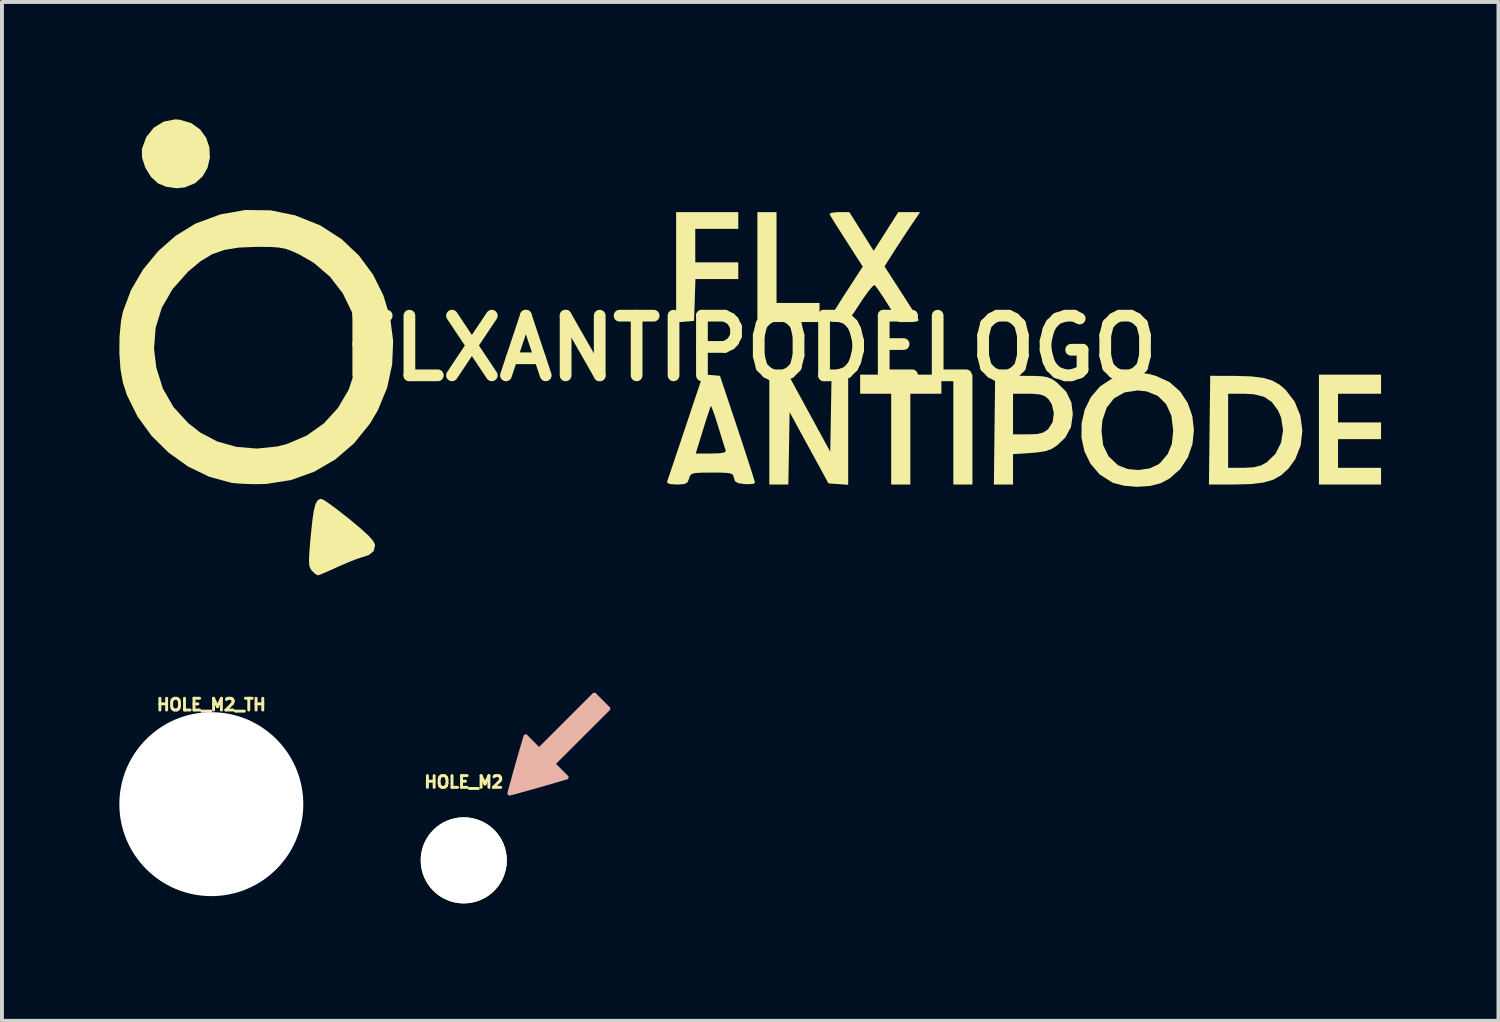
<source format=kicad_pcb>
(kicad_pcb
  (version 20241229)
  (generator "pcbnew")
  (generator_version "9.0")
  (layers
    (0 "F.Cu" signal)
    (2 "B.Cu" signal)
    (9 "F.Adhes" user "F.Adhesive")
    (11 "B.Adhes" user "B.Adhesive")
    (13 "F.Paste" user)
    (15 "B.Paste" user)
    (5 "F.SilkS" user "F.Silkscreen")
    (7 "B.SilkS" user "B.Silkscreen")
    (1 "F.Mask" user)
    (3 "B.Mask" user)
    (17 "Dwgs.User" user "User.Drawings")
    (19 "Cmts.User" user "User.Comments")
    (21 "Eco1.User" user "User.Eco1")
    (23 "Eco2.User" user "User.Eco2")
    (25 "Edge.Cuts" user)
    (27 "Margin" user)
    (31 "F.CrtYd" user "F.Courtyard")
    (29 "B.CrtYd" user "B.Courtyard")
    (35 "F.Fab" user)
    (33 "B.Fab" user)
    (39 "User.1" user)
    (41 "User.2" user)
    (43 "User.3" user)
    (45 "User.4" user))
  (footprint "HOLE_M2_TH"
    (layer "F.Cu")
    (at 2.35 17.498)
    (property "Reference" "HOLE_M2_TH" (at 0 -2.54 0) (layer "F.SilkS") (effects (font (size 0.3 0.3) (thickness 0.075))))
    (attr through_hole)
    (pad "" np_thru_hole circle (at 0 0 90) (size 4.7 4.7) (drill 4.7) (layers "*.Cu" "*.Mask")))
  (footprint "HOLE_M2"
    (layer "F.Cu")
    (at 8.8 18.934)
    (property "Reference" "HOLE_M2" (at 0 -2 0) (layer "F.SilkS") (effects (font (size 0.3 0.3) (thickness 0.075))))
    (attr through_hole)
    (fp_poly (pts (xy 1.143 -1.663) (xy 1.166 -1.655) (xy 1.177 -1.656) (xy 1.202 -1.662) (xy 1.238 -1.671) (xy 1.286 -1.684) (xy 1.343 -1.699) (xy 1.409 -1.717) (xy 1.482 -1.737) (xy 1.561 -1.759) (xy 1.645 -1.782) (xy 1.733 -1.807) (xy 1.823 -1.832) (xy 1.914 -1.858) (xy 2.005 -1.884) (xy 2.095 -1.91) (xy 2.183 -1.935) (xy 2.267 -1.959) (xy 2.346 -1.982) (xy 2.419 -2.004) (xy 2.485 -2.023) (xy 2.542 -2.04) (xy 2.59 -2.055) (xy 2.627 -2.066) (xy 2.651 -2.074) (xy 2.663 -2.079) (xy 2.663 -2.079) (xy 2.673 -2.097) (xy 2.677 -2.119) (xy 2.677 -2.12) (xy 2.677 -2.146) (xy 2.358 -2.466) (xy 3.742 -3.85) (xy 3.742 -3.903) (xy 3.363 -4.282) (xy 3.309 -4.282) (xy 1.925 -2.898) (xy 1.606 -3.218) (xy 1.579 -3.218) (xy 1.557 -3.214) (xy 1.539 -3.204) (xy 1.539 -3.203) (xy 1.535 -3.194) (xy 1.527 -3.172) (xy 1.516 -3.137) (xy 1.502 -3.09) (xy 1.485 -3.034) (xy 1.466 -2.97) (xy 1.445 -2.898) (xy 1.422 -2.819) (xy 1.398 -2.736) (xy 1.373 -2.649) (xy 1.347 -2.559) (xy 1.321 -2.468) (xy 1.295 -2.376) (xy 1.27 -2.286) (xy 1.245 -2.198) (xy 1.222 -2.113) (xy 1.2 -2.033) (xy 1.179 -1.96) (xy 1.161 -1.893) (xy 1.145 -1.834) (xy 1.133 -1.785) (xy 1.123 -1.747) (xy 1.117 -1.721) (xy 1.114 -1.708) (xy 1.114 -1.707) (xy 1.123 -1.682)) (stroke (width 0) (type solid)) (fill yes) (layer "B.SilkS"))
    (pad "" np_thru_hole circle (at 0 0) (size 2.2 2.2) (drill 2.2) (layers "*.Cu" "*.Mask" "F.SilkS")))
  (footprint "FLXANTIPODELOGO"
    (layer "F.Cu")
    (at 16.12 5.851)
    (property "Reference" "FLXANTIPODELOGO" (at 0 0 0) (layer "F.SilkS") (effects (font (size 1.524 1.524) (thickness 0.3))))
    (attr board_only exclude_from_pos_files exclude_from_bom)
    (fp_poly (pts (xy 5.678 3.48) (xy 5.19 3.48) (xy 5.19 0.672) (xy 5.678 0.672)) (stroke (width 0) (type solid)) (fill yes) (layer "F.SilkS"))
    (fp_poly (pts (xy 0.672 -1.16) (xy 1.771 -1.16) (xy 1.771 -0.672) (xy 0.183 -0.672) (xy 0.183 -3.48) (xy 0.672 -3.48)) (stroke (width 0) (type solid)) (fill yes) (layer "F.SilkS"))
    (fp_poly (pts (xy 4.885 1.16) (xy 4.091 1.16) (xy 4.091 3.48) (xy 3.602 3.48) (xy 3.602 1.16) (xy 2.809 1.16) (xy 2.809 0.672) (xy 4.885 0.672)) (stroke (width 0) (type solid)) (fill yes) (layer "F.SilkS"))
    (fp_poly (pts (xy -0.305 -3.053) (xy -1.404 -3.053) (xy -1.404 -2.198) (xy -0.305 -2.198) (xy -0.305 -1.771) (xy -1.4 -1.771) (xy -1.417 -1.236) (xy -1.435 -0.702) (xy -1.664 -0.683) (xy -1.893 -0.664) (xy -1.893 -3.48) (xy -0.305 -3.48)) (stroke (width 0) (type solid)) (fill yes) (layer "F.SilkS"))
    (fp_poly (pts (xy 16.119 1.16) (xy 15.02 1.16) (xy 15.02 1.893) (xy 16.119 1.893) (xy 16.119 2.32) (xy 15.02 2.32) (xy 15.02 3.053) (xy 16.119 3.053) (xy 16.119 3.48) (xy 14.532 3.48) (xy 14.532 0.672) (xy 16.119 0.672)) (stroke (width 0) (type solid)) (fill yes) (layer "F.SilkS"))
    (fp_poly (pts (xy 0.738 0.683) (xy 0.988 0.702) (xy 2.045 2.642) (xy 2.062 1.657) (xy 2.079 0.672) (xy 2.503 0.672) (xy 2.503 3.487) (xy 2.251 3.469) (xy 1.999 3.45) (xy 1.503 2.541) (xy 1.007 1.632) (xy 0.991 2.556) (xy 0.974 3.48) (xy 0.488 3.48) (xy 0.488 0.665)) (stroke (width 0) (type solid)) (fill yes) (layer "F.SilkS"))
    (fp_poly (pts (xy -14.582 -5.843) (xy -14.282 -5.755) (xy -14.056 -5.593) (xy -13.901 -5.378) (xy -13.819 -5.13) (xy -13.807 -4.87) (xy -13.865 -4.618) (xy -13.992 -4.394) (xy -14.186 -4.219) (xy -14.447 -4.113) (xy -14.661 -4.091) (xy -14.929 -4.13) (xy -15.131 -4.215) (xy -15.314 -4.383) (xy -15.458 -4.617) (xy -15.541 -4.874) (xy -15.545 -5.089) (xy -15.434 -5.396) (xy -15.242 -5.637) (xy -14.989 -5.793) (xy -14.697 -5.851)) (stroke (width 0) (type solid)) (fill yes) (layer "F.SilkS"))
    (fp_poly (pts (xy -10.883 3.883) (xy -10.735 3.984) (xy -10.533 4.134) (xy -10.296 4.32) (xy -10.232 4.371) (xy -9.948 4.608) (xy -9.753 4.786) (xy -9.637 4.917) (xy -9.589 5.011) (xy -9.586 5.035) (xy -9.622 5.182) (xy -9.744 5.28) (xy -9.921 5.339) (xy -10.063 5.385) (xy -10.275 5.469) (xy -10.513 5.572) (xy -10.555 5.592) (xy -10.77 5.688) (xy -10.941 5.762) (xy -11.04 5.798) (xy -11.051 5.8) (xy -11.12 5.76) (xy -11.198 5.685) (xy -11.24 5.628) (xy -11.266 5.553) (xy -11.275 5.439) (xy -11.269 5.263) (xy -11.249 5.003) (xy -11.229 4.784) (xy -11.191 4.419) (xy -11.154 4.16) (xy -11.112 3.99) (xy -11.062 3.892) (xy -10.998 3.851) (xy -10.958 3.847)) (stroke (width 0) (type solid)) (fill yes) (layer "F.SilkS"))
    (fp_poly (pts (xy 12.395 0.704) (xy 12.793 0.716) (xy 13.097 0.752) (xy 13.332 0.82) (xy 13.525 0.927) (xy 13.676 1.055) (xy 13.913 1.364) (xy 14.058 1.722) (xy 14.109 2.105) (xy 14.065 2.485) (xy 13.925 2.838) (xy 13.75 3.076) (xy 13.567 3.242) (xy 13.363 3.358) (xy 13.113 3.43) (xy 12.791 3.468) (xy 12.409 3.479) (xy 11.721 3.48) (xy 11.726 3.053) (xy 12.212 3.053) (xy 12.599 3.053) (xy 12.859 3.04) (xy 13.046 2.994) (xy 13.195 2.914) (xy 13.422 2.693) (xy 13.565 2.409) (xy 13.615 2.092) (xy 13.566 1.771) (xy 13.488 1.59) (xy 13.331 1.375) (xy 13.135 1.24) (xy 12.872 1.174) (xy 12.614 1.16) (xy 12.212 1.16) (xy 12.212 3.053) (xy 11.726 3.053) (xy 11.737 2.091) (xy 11.754 0.702)) (stroke (width 0) (type solid)) (fill yes) (layer "F.SilkS"))
    (fp_poly (pts (xy 7.234 0.704) (xy 7.439 0.712) (xy 7.581 0.734) (xy 7.686 0.772) (xy 7.784 0.835) (xy 7.836 0.873) (xy 8.076 1.111) (xy 8.207 1.385) (xy 8.243 1.679) (xy 8.197 2.01) (xy 8.051 2.281) (xy 7.843 2.479) (xy 7.699 2.572) (xy 7.54 2.629) (xy 7.324 2.661) (xy 7.172 2.673) (xy 6.716 2.703) (xy 6.716 3.48) (xy 6.226 3.48) (xy 6.241 2.198) (xy 6.716 2.198) (xy 7.094 2.198) (xy 7.328 2.189) (xy 7.482 2.153) (xy 7.595 2.081) (xy 7.613 2.065) (xy 7.727 1.883) (xy 7.758 1.656) (xy 7.707 1.432) (xy 7.622 1.301) (xy 7.525 1.221) (xy 7.404 1.178) (xy 7.219 1.161) (xy 7.103 1.16) (xy 6.716 1.16) (xy 6.716 2.198) (xy 6.241 2.198) (xy 6.242 2.091) (xy 6.258 0.702) (xy 6.935 0.702)) (stroke (width 0) (type solid)) (fill yes) (layer "F.SilkS"))
    (fp_poly (pts (xy 4.103 -3.129) (xy 3.937 -2.88) (xy 3.758 -2.606) (xy 3.649 -2.436) (xy 3.432 -2.094) (xy 3.841 -1.459) (xy 4.002 -1.209) (xy 4.141 -0.991) (xy 4.244 -0.831) (xy 4.295 -0.749) (xy 4.296 -0.748) (xy 4.293 -0.699) (xy 4.195 -0.676) (xy 4.07 -0.672) (xy 3.798 -0.672) (xy 3.514 -1.128) (xy 3.38 -1.337) (xy 3.267 -1.503) (xy 3.193 -1.602) (xy 3.177 -1.617) (xy 3.125 -1.583) (xy 3.025 -1.465) (xy 2.895 -1.285) (xy 2.812 -1.16) (xy 2.665 -0.933) (xy 2.56 -0.791) (xy 2.476 -0.712) (xy 2.39 -0.679) (xy 2.281 -0.672) (xy 2.25 -0.672) (xy 2.091 -0.682) (xy 2.031 -0.717) (xy 2.036 -0.76) (xy 2.081 -0.844) (xy 2.179 -1.007) (xy 2.315 -1.224) (xy 2.472 -1.469) (xy 2.875 -2.089) (xy 2.46 -2.735) (xy 2.301 -2.985) (xy 2.166 -3.198) (xy 2.07 -3.353) (xy 2.026 -3.429) (xy 2.025 -3.431) (xy 2.066 -3.461) (xy 2.195 -3.478) (xy 2.269 -3.48) (xy 2.534 -3.48) (xy 3.155 -2.492) (xy 3.783 -3.48) (xy 4.34 -3.48)) (stroke (width 0) (type solid)) (fill yes) (layer "F.SilkS"))
    (fp_poly (pts (xy 10.196 0.657) (xy 10.372 0.706) (xy 10.716 0.864) (xy 10.985 1.101) (xy 11.179 1.396) (xy 11.297 1.731) (xy 11.338 2.087) (xy 11.301 2.443) (xy 11.185 2.781) (xy 10.991 3.082) (xy 10.716 3.326) (xy 10.489 3.447) (xy 10.215 3.517) (xy 9.884 3.538) (xy 9.551 3.511) (xy 9.272 3.437) (xy 9.25 3.427) (xy 8.93 3.223) (xy 8.694 2.949) (xy 8.538 2.627) (xy 8.463 2.276) (xy 8.465 2.119) (xy 8.976 2.119) (xy 9.02 2.477) (xy 9.155 2.758) (xy 9.387 2.976) (xy 9.418 2.996) (xy 9.653 3.086) (xy 9.931 3.108) (xy 10.206 3.067) (xy 10.431 2.964) (xy 10.476 2.927) (xy 10.668 2.701) (xy 10.773 2.444) (xy 10.807 2.118) (xy 10.807 2.093) (xy 10.761 1.721) (xy 10.628 1.426) (xy 10.415 1.216) (xy 10.127 1.099) (xy 9.895 1.076) (xy 9.562 1.127) (xy 9.298 1.277) (xy 9.108 1.516) (xy 8.999 1.839) (xy 8.976 2.119) (xy 8.465 2.119) (xy 8.467 1.915) (xy 8.548 1.565) (xy 8.706 1.244) (xy 8.938 0.973) (xy 9.244 0.771) (xy 9.429 0.7) (xy 9.708 0.632) (xy 9.944 0.618)) (stroke (width 0) (type solid)) (fill yes) (layer "F.SilkS"))
    (fp_poly (pts (xy -0.988 0.684) (xy -0.773 0.702) (xy -0.325 2.044) (xy -0.198 2.428) (xy -0.085 2.774) (xy 0.009 3.064) (xy 0.078 3.281) (xy 0.116 3.41) (xy 0.122 3.437) (xy 0.068 3.464) (xy -0.068 3.472) (xy -0.137 3.469) (xy -0.307 3.445) (xy -0.389 3.395) (xy -0.416 3.312) (xy -0.433 3.247) (xy -0.476 3.206) (xy -0.57 3.185) (xy -0.74 3.176) (xy -0.98 3.175) (xy -1.239 3.177) (xy -1.402 3.186) (xy -1.493 3.209) (xy -1.538 3.254) (xy -1.562 3.325) (xy -1.562 3.328) (xy -1.602 3.423) (xy -1.68 3.468) (xy -1.836 3.48) (xy -1.875 3.48) (xy -2.054 3.469) (xy -2.124 3.431) (xy -2.123 3.404) (xy -2.096 3.326) (xy -2.037 3.15) (xy -1.95 2.893) (xy -1.881 2.687) (xy -1.392 2.687) (xy -0.995 2.687) (xy -0.77 2.68) (xy -0.652 2.657) (xy -0.625 2.616) (xy -0.627 2.61) (xy -0.656 2.521) (xy -0.712 2.345) (xy -0.783 2.114) (xy -0.82 1.993) (xy -0.893 1.761) (xy -0.955 1.584) (xy -0.995 1.486) (xy -1.005 1.474) (xy -1.03 1.538) (xy -1.082 1.693) (xy -1.153 1.913) (xy -1.208 2.091) (xy -1.392 2.687) (xy -1.881 2.687) (xy -1.842 2.572) (xy -1.72 2.206) (xy -1.649 1.996) (xy -1.204 0.665)) (stroke (width 0) (type solid)) (fill yes) (layer "F.SilkS"))
    (fp_poly (pts (xy -12.262 -3.527) (xy -11.629 -3.399) (xy -11.011 -3.152) (xy -10.966 -3.129) (xy -10.439 -2.788) (xy -9.996 -2.369) (xy -9.639 -1.886) (xy -9.373 -1.352) (xy -9.2 -0.782) (xy -9.124 -0.19) (xy -9.149 0.412) (xy -9.278 1.007) (xy -9.515 1.583) (xy -9.715 1.921) (xy -10.122 2.426) (xy -10.604 2.84) (xy -11.146 3.155) (xy -11.737 3.366) (xy -12.365 3.465) (xy -12.657 3.472) (xy -12.9 3.464) (xy -13.113 3.452) (xy -13.25 3.438) (xy -13.82 3.283) (xy -14.362 3.021) (xy -14.86 2.667) (xy -15.297 2.235) (xy -15.657 1.74) (xy -15.926 1.196) (xy -16.029 0.88) (xy -16.091 0.538) (xy -16.12 0.129) (xy -16.119 0.015) (xy -15.234 0.015) (xy -15.175 0.497) (xy -15.006 1.032) (xy -14.735 1.502) (xy -14.358 1.913) (xy -14.05 2.153) (xy -13.618 2.38) (xy -13.128 2.517) (xy -12.607 2.561) (xy -12.085 2.507) (xy -11.833 2.443) (xy -11.329 2.227) (xy -10.892 1.915) (xy -10.533 1.521) (xy -10.262 1.059) (xy -10.088 0.54) (xy -10.031 0.153) (xy -10.048 -0.399) (xy -10.177 -0.923) (xy -10.411 -1.406) (xy -10.74 -1.832) (xy -11.155 -2.187) (xy -11.525 -2.4) (xy -11.717 -2.487) (xy -11.875 -2.543) (xy -12.038 -2.575) (xy -12.239 -2.59) (xy -12.517 -2.593) (xy -12.608 -2.593) (xy -13.065 -2.575) (xy -13.436 -2.515) (xy -13.753 -2.403) (xy -14.047 -2.225) (xy -14.351 -1.971) (xy -14.371 -1.952) (xy -14.76 -1.514) (xy -15.035 -1.038) (xy -15.193 -0.526) (xy -15.234 0.015) (xy -16.119 0.015) (xy -16.116 -0.297) (xy -16.079 -0.691) (xy -16.031 -0.932) (xy -15.825 -1.484) (xy -15.519 -2.008) (xy -15.131 -2.481) (xy -14.679 -2.879) (xy -14.183 -3.182) (xy -14.165 -3.191) (xy -13.539 -3.423) (xy -12.901 -3.535)) (stroke (width 0) (type solid)) (fill yes) (layer "F.SilkS")))
  (gr_rect
    (start -3 -3)
    (end 35.239 23.034)
    (stroke (width 0.1) (type default))
    (fill no)
    (layer "Edge.Cuts")))
</source>
